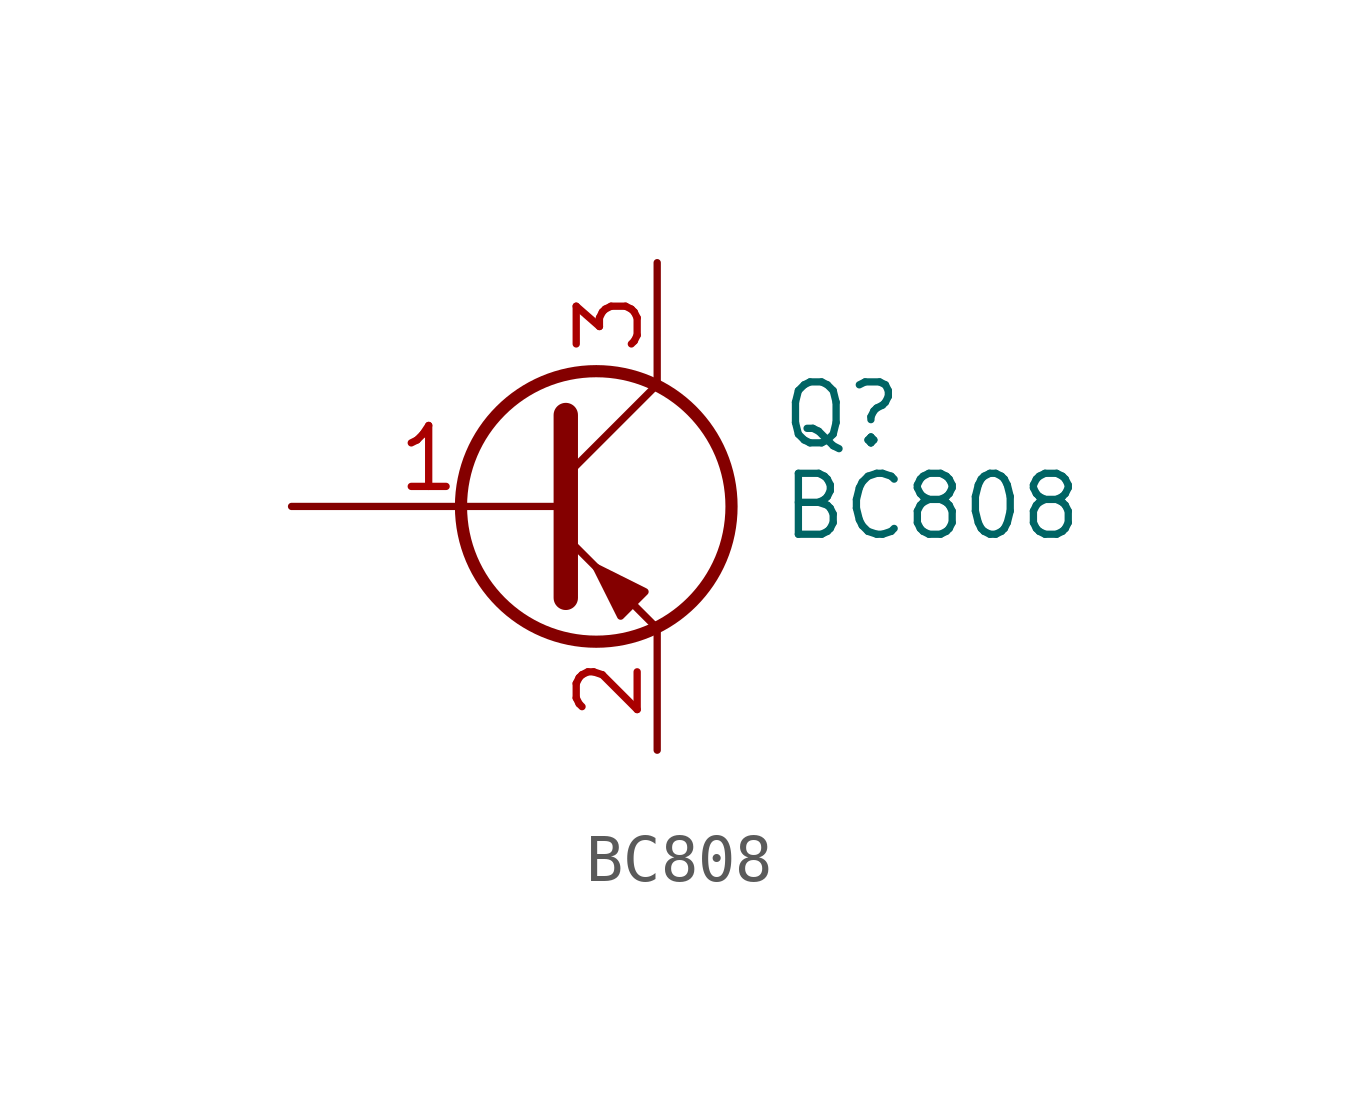
<source format=kicad_sym>
(kicad_symbol_lib
  (version 20231120)
  (generator "kicad_symbol_editor")
  (generator_version "8.0")
  (symbol "BC808"
    (pin_names
      (offset 0) hide)
    (property "Reference" "Q"
      (at 5.08 1.905 0)
      (effects (font (size 1.27 1.27)) (justify left)))
    (property "Value" "BC808"
      (at 5.08 0 0)
      (effects (font (size 1.27 1.27)) (justify left)))
    (symbol "BC808_0_1"
      (polyline (pts (xy 0.635 0.635) (xy 2.54 2.54)) (stroke (width 0) (type default)) (fill (type none)))
      (polyline (pts (xy 0.635 -0.635) (xy 2.54 -2.54) (xy 2.54 -2.54)) (stroke (width 0) (type default)) (fill (type none)))
      (polyline (pts (xy 0.635 1.905) (xy 0.635 -1.905) (xy 0.635 -1.905)) (stroke (width 0.508) (type default)) (fill (type none)))
      (polyline (pts (xy 2.286 -1.778) (xy 1.778 -2.286) (xy 1.27 -1.27) (xy 2.286 -1.778) (xy 2.286 -1.778)) (stroke (width 0) (type default)) (fill (type outline)))
      (circle (center 1.27 0) (radius 2.819) (stroke (width 0.254) (type default)) (fill (type none))))
    (symbol "BC808_1_1"
      (pin input line (at -5.08 0 0) (length 5.715) (name "B" (effects (font (size 1.27 1.27)))) (number "1" (effects (font (size 1.27 1.27)))))
      (pin passive line (at 2.54 -5.08 90) (length 2.54) (name "E" (effects (font (size 1.27 1.27)))) (number "2" (effects (font (size 1.27 1.27)))))
      (pin passive line (at 2.54 5.08 270) (length 2.54) (name "C" (effects (font (size 1.27 1.27)))) (number "3" (effects (font (size 1.27 1.27))))))))
</source>
